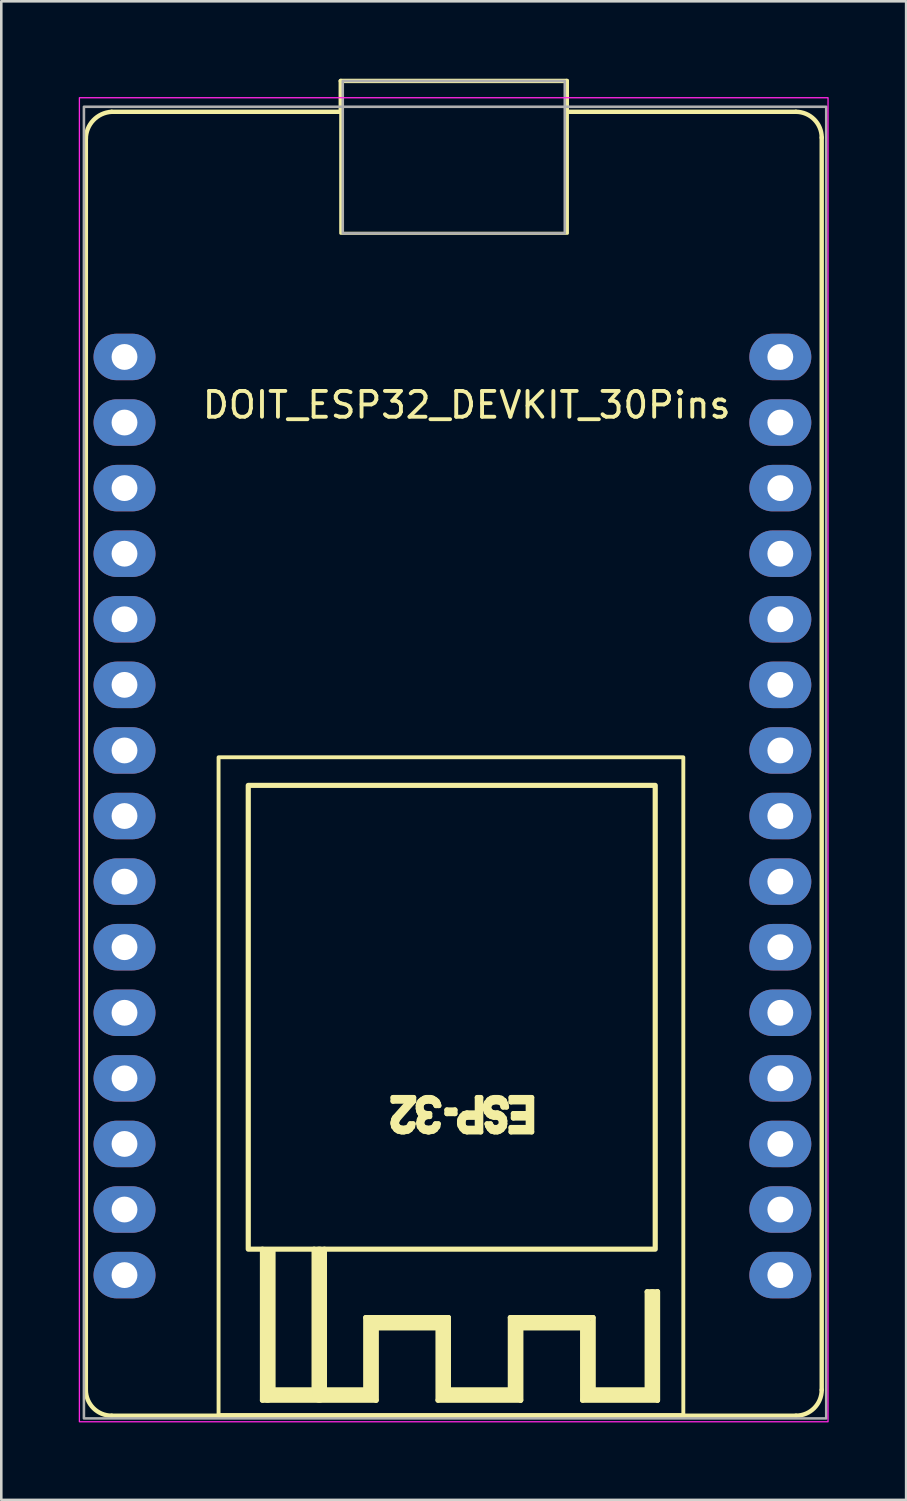
<source format=kicad_pcb>
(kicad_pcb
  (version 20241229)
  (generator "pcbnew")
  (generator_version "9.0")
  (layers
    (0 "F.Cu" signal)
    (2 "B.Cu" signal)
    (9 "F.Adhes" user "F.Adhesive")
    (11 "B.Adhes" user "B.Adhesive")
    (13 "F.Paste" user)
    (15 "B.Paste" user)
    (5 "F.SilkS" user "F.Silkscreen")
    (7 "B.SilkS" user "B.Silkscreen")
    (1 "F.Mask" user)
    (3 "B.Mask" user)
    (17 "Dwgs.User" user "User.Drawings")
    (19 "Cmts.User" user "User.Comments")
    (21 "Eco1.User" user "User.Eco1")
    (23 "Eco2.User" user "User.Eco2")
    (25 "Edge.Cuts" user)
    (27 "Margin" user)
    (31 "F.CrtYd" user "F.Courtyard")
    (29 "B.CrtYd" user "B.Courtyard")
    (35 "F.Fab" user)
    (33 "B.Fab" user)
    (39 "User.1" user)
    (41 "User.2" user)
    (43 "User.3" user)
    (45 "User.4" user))
  (footprint "DOIT_ESP32_DEVKIT_30Pins"
    (layer "F.Cu")
    (at 1.772 10.775)
    (property "Reference" "DOIT_ESP32_DEVKIT_30Pins" (at 13.253 1.86 0) (layer "F.SilkS") (effects (font (size 1 1) (thickness 0.15))))
    (attr through_hole)
    (fp_line (start -1.497 -8.495) (end -1.497 40.005) (stroke (width 0.17) (type solid)) (layer "F.SilkS"))
    (fp_line (start -0.497 -9.495) (end 8.376 -9.495) (stroke (width 0.17) (type solid)) (layer "F.SilkS"))
    (fp_line (start 5.343 40.405) (end 5.343 34.555) (stroke (width 0.2) (type solid)) (layer "F.SilkS"))
    (fp_line (start 5.543 34.705) (end 5.543 40.305) (stroke (width 0.4) (type solid)) (layer "F.SilkS"))
    (fp_line (start 5.543 40.205) (end 7.493 40.205) (stroke (width 0.4) (type solid)) (layer "F.SilkS"))
    (fp_line (start 5.743 40.005) (end 5.743 34.605) (stroke (width 0.2) (type solid)) (layer "F.SilkS"))
    (fp_line (start 5.743 40.005) (end 5.743 34.605) (stroke (width 0.2) (type solid)) (layer "F.SilkS"))
    (fp_line (start 7.343 34.555) (end 7.343 40.005) (stroke (width 0.2) (type solid)) (layer "F.SilkS"))
    (fp_line (start 7.343 40.005) (end 5.743 40.005) (stroke (width 0.2) (type solid)) (layer "F.SilkS"))
    (fp_line (start 7.493 40.205) (end 9.543 40.205) (stroke (width 0.4) (type solid)) (layer "F.SilkS"))
    (fp_line (start 7.543 40.255) (end 7.543 34.705) (stroke (width 0.5) (type solid)) (layer "F.SilkS"))
    (fp_line (start 7.743 34.555) (end 7.743 40.005) (stroke (width 0.2) (type solid)) (layer "F.SilkS"))
    (fp_line (start 7.743 40.005) (end 9.343 40.005) (stroke (width 0.2) (type solid)) (layer "F.SilkS"))
    (fp_line (start 8.376 -10.69) (end 8.376 -9.55) (stroke (width 0.17) (type solid)) (layer "F.SilkS"))
    (fp_line (start 9.343 37.205) (end 12.543 37.205) (stroke (width 0.2) (type solid)) (layer "F.SilkS"))
    (fp_line (start 9.343 40.005) (end 9.343 37.205) (stroke (width 0.2) (type solid)) (layer "F.SilkS"))
    (fp_line (start 9.543 37.405) (end 12.293 37.405) (stroke (width 0.4) (type solid)) (layer "F.SilkS"))
    (fp_line (start 9.543 40.205) (end 9.543 37.405) (stroke (width 0.4) (type solid)) (layer "F.SilkS"))
    (fp_line (start 9.743 37.605) (end 9.743 40.405) (stroke (width 0.2) (type solid)) (layer "F.SilkS"))
    (fp_line (start 9.743 37.605) (end 9.743 40.405) (stroke (width 0.2) (type solid)) (layer "F.SilkS"))
    (fp_line (start 9.743 40.405) (end 5.343 40.405) (stroke (width 0.2) (type solid)) (layer "F.SilkS"))
    (fp_line (start 10.401 28.683) (end 11.199 28.683) (stroke (width 0.2) (type solid)) (layer "F.SilkS"))
    (fp_line (start 10.401 28.824) (end 10.401 28.683) (stroke (width 0.2) (type solid)) (layer "F.SilkS"))
    (fp_line (start 10.401 29.645) (end 10.423 29.531) (stroke (width 0.2) (type solid)) (layer "F.SilkS"))
    (fp_line (start 10.401 29.701) (end 10.401 29.645) (stroke (width 0.2) (type solid)) (layer "F.SilkS"))
    (fp_line (start 10.423 29.531) (end 10.468 29.447) (stroke (width 0.2) (type solid)) (layer "F.SilkS"))
    (fp_line (start 10.423 29.814) (end 10.401 29.701) (stroke (width 0.2) (type solid)) (layer "F.SilkS"))
    (fp_line (start 10.468 29.447) (end 11.022 28.824) (stroke (width 0.2) (type solid)) (layer "F.SilkS"))
    (fp_line (start 10.512 29.928) (end 10.423 29.814) (stroke (width 0.2) (type solid)) (layer "F.SilkS"))
    (fp_line (start 10.534 29.645) (end 10.534 29.701) (stroke (width 0.2) (type solid)) (layer "F.SilkS"))
    (fp_line (start 10.534 29.701) (end 10.579 29.786) (stroke (width 0.2) (type solid)) (layer "F.SilkS"))
    (fp_line (start 10.579 29.531) (end 10.534 29.645) (stroke (width 0.2) (type solid)) (layer "F.SilkS"))
    (fp_line (start 10.579 29.786) (end 10.645 29.843) (stroke (width 0.2) (type solid)) (layer "F.SilkS"))
    (fp_line (start 10.601 29.984) (end 10.512 29.928) (stroke (width 0.2) (type solid)) (layer "F.SilkS"))
    (fp_line (start 10.645 29.843) (end 10.756 29.871) (stroke (width 0.2) (type solid)) (layer "F.SilkS"))
    (fp_line (start 10.734 30.013) (end 10.601 29.984) (stroke (width 0.2) (type solid)) (layer "F.SilkS"))
    (fp_line (start 10.756 29.871) (end 10.845 29.871) (stroke (width 0.2) (type solid)) (layer "F.SilkS"))
    (fp_line (start 10.822 30.013) (end 10.734 30.013) (stroke (width 0.2) (type solid)) (layer "F.SilkS"))
    (fp_line (start 10.845 29.871) (end 10.955 29.843) (stroke (width 0.2) (type solid)) (layer "F.SilkS"))
    (fp_line (start 10.955 29.843) (end 11.022 29.786) (stroke (width 0.2) (type solid)) (layer "F.SilkS"))
    (fp_line (start 10.978 29.984) (end 10.822 30.013) (stroke (width 0.2) (type solid)) (layer "F.SilkS"))
    (fp_line (start 11.022 28.824) (end 10.401 28.824) (stroke (width 0.2) (type solid)) (layer "F.SilkS"))
    (fp_line (start 11.022 29.786) (end 11.066 29.701) (stroke (width 0.2) (type solid)) (layer "F.SilkS"))
    (fp_line (start 11.066 29.701) (end 11.177 29.701) (stroke (width 0.2) (type solid)) (layer "F.SilkS"))
    (fp_line (start 11.066 29.928) (end 10.978 29.984) (stroke (width 0.2) (type solid)) (layer "F.SilkS"))
    (fp_line (start 11.155 29.814) (end 11.066 29.928) (stroke (width 0.2) (type solid)) (layer "F.SilkS"))
    (fp_line (start 11.177 29.701) (end 11.155 29.814) (stroke (width 0.2) (type solid)) (layer "F.SilkS"))
    (fp_line (start 11.199 28.683) (end 11.199 28.824) (stroke (width 0.2) (type solid)) (layer "F.SilkS"))
    (fp_line (start 11.199 28.824) (end 10.579 29.531) (stroke (width 0.2) (type solid)) (layer "F.SilkS"))
    (fp_line (start 11.377 28.994) (end 11.399 28.909) (stroke (width 0.2) (type solid)) (layer "F.SilkS"))
    (fp_line (start 11.377 29.107) (end 11.377 28.994) (stroke (width 0.2) (type solid)) (layer "F.SilkS"))
    (fp_line (start 11.399 28.909) (end 11.443 28.824) (stroke (width 0.2) (type solid)) (layer "F.SilkS"))
    (fp_line (start 11.399 29.22) (end 11.377 29.107) (stroke (width 0.2) (type solid)) (layer "F.SilkS"))
    (fp_line (start 11.399 29.645) (end 11.421 29.531) (stroke (width 0.2) (type solid)) (layer "F.SilkS"))
    (fp_line (start 11.399 29.701) (end 11.399 29.645) (stroke (width 0.2) (type solid)) (layer "F.SilkS"))
    (fp_line (start 11.421 29.531) (end 11.465 29.447) (stroke (width 0.2) (type solid)) (layer "F.SilkS"))
    (fp_line (start 11.421 29.814) (end 11.399 29.701) (stroke (width 0.2) (type solid)) (layer "F.SilkS"))
    (fp_line (start 11.443 28.824) (end 11.51 28.767) (stroke (width 0.2) (type solid)) (layer "F.SilkS"))
    (fp_line (start 11.443 29.305) (end 11.399 29.22) (stroke (width 0.2) (type solid)) (layer "F.SilkS"))
    (fp_line (start 11.465 29.447) (end 11.554 29.362) (stroke (width 0.2) (type solid)) (layer "F.SilkS"))
    (fp_line (start 11.487 28.994) (end 11.487 29.107) (stroke (width 0.2) (type solid)) (layer "F.SilkS"))
    (fp_line (start 11.487 29.107) (end 11.532 29.22) (stroke (width 0.2) (type solid)) (layer "F.SilkS"))
    (fp_line (start 11.51 28.767) (end 11.598 28.711) (stroke (width 0.2) (type solid)) (layer "F.SilkS"))
    (fp_line (start 11.51 28.937) (end 11.487 28.994) (stroke (width 0.2) (type solid)) (layer "F.SilkS"))
    (fp_line (start 11.51 29.645) (end 11.51 29.701) (stroke (width 0.2) (type solid)) (layer "F.SilkS"))
    (fp_line (start 11.51 29.701) (end 11.554 29.786) (stroke (width 0.2) (type solid)) (layer "F.SilkS"))
    (fp_line (start 11.51 29.928) (end 11.421 29.814) (stroke (width 0.2) (type solid)) (layer "F.SilkS"))
    (fp_line (start 11.532 29.22) (end 11.598 29.277) (stroke (width 0.2) (type solid)) (layer "F.SilkS"))
    (fp_line (start 11.554 28.881) (end 11.51 28.937) (stroke (width 0.2) (type solid)) (layer "F.SilkS"))
    (fp_line (start 11.554 29.362) (end 11.443 29.305) (stroke (width 0.2) (type solid)) (layer "F.SilkS"))
    (fp_line (start 11.554 29.531) (end 11.51 29.645) (stroke (width 0.2) (type solid)) (layer "F.SilkS"))
    (fp_line (start 11.554 29.786) (end 11.62 29.843) (stroke (width 0.2) (type solid)) (layer "F.SilkS"))
    (fp_line (start 11.598 28.711) (end 11.687 28.683) (stroke (width 0.2) (type solid)) (layer "F.SilkS"))
    (fp_line (start 11.598 28.852) (end 11.554 28.881) (stroke (width 0.2) (type solid)) (layer "F.SilkS"))
    (fp_line (start 11.598 29.277) (end 11.731 29.305) (stroke (width 0.2) (type solid)) (layer "F.SilkS"))
    (fp_line (start 11.598 29.475) (end 11.554 29.531) (stroke (width 0.2) (type solid)) (layer "F.SilkS"))
    (fp_line (start 11.598 29.984) (end 11.51 29.928) (stroke (width 0.2) (type solid)) (layer "F.SilkS"))
    (fp_line (start 11.62 29.843) (end 11.731 29.871) (stroke (width 0.2) (type solid)) (layer "F.SilkS"))
    (fp_line (start 11.687 28.683) (end 11.864 28.683) (stroke (width 0.2) (type solid)) (layer "F.SilkS"))
    (fp_line (start 11.709 28.824) (end 11.598 28.852) (stroke (width 0.2) (type solid)) (layer "F.SilkS"))
    (fp_line (start 11.731 29.305) (end 11.82 29.305) (stroke (width 0.2) (type solid)) (layer "F.SilkS"))
    (fp_line (start 11.731 29.418) (end 11.598 29.475) (stroke (width 0.2) (type solid)) (layer "F.SilkS"))
    (fp_line (start 11.731 29.871) (end 11.82 29.871) (stroke (width 0.2) (type solid)) (layer "F.SilkS"))
    (fp_line (start 11.753 30.013) (end 11.598 29.984) (stroke (width 0.2) (type solid)) (layer "F.SilkS"))
    (fp_line (start 11.798 30.013) (end 11.753 30.013) (stroke (width 0.2) (type solid)) (layer "F.SilkS"))
    (fp_line (start 11.82 29.305) (end 11.82 29.418) (stroke (width 0.2) (type solid)) (layer "F.SilkS"))
    (fp_line (start 11.82 29.418) (end 11.731 29.418) (stroke (width 0.2) (type solid)) (layer "F.SilkS"))
    (fp_line (start 11.82 29.871) (end 11.931 29.843) (stroke (width 0.2) (type solid)) (layer "F.SilkS"))
    (fp_line (start 11.842 28.824) (end 11.709 28.824) (stroke (width 0.2) (type solid)) (layer "F.SilkS"))
    (fp_line (start 11.864 28.683) (end 11.953 28.711) (stroke (width 0.2) (type solid)) (layer "F.SilkS"))
    (fp_line (start 11.931 29.843) (end 11.997 29.786) (stroke (width 0.2) (type solid)) (layer "F.SilkS"))
    (fp_line (start 11.953 28.711) (end 12.042 28.767) (stroke (width 0.2) (type solid)) (layer "F.SilkS"))
    (fp_line (start 11.953 28.852) (end 11.842 28.824) (stroke (width 0.2) (type solid)) (layer "F.SilkS"))
    (fp_line (start 11.953 29.984) (end 11.798 30.013) (stroke (width 0.2) (type solid)) (layer "F.SilkS"))
    (fp_line (start 11.997 28.881) (end 11.953 28.852) (stroke (width 0.2) (type solid)) (layer "F.SilkS"))
    (fp_line (start 11.997 29.786) (end 12.042 29.701) (stroke (width 0.2) (type solid)) (layer "F.SilkS"))
    (fp_line (start 12.042 28.767) (end 12.108 28.824) (stroke (width 0.2) (type solid)) (layer "F.SilkS"))
    (fp_line (start 12.042 28.937) (end 11.997 28.881) (stroke (width 0.2) (type solid)) (layer "F.SilkS"))
    (fp_line (start 12.042 29.701) (end 12.152 29.701) (stroke (width 0.2) (type solid)) (layer "F.SilkS"))
    (fp_line (start 12.042 29.928) (end 11.953 29.984) (stroke (width 0.2) (type solid)) (layer "F.SilkS"))
    (fp_line (start 12.064 28.994) (end 12.042 28.937) (stroke (width 0.2) (type solid)) (layer "F.SilkS"))
    (fp_line (start 12.108 28.824) (end 12.152 28.909) (stroke (width 0.2) (type solid)) (layer "F.SilkS"))
    (fp_line (start 12.13 29.814) (end 12.042 29.928) (stroke (width 0.2) (type solid)) (layer "F.SilkS"))
    (fp_line (start 12.143 37.605) (end 9.743 37.605) (stroke (width 0.2) (type solid)) (layer "F.SilkS"))
    (fp_line (start 12.143 40.405) (end 12.143 37.605) (stroke (width 0.2) (type solid)) (layer "F.SilkS"))
    (fp_line (start 12.152 28.909) (end 12.175 28.994) (stroke (width 0.2) (type solid)) (layer "F.SilkS"))
    (fp_line (start 12.152 29.701) (end 12.13 29.814) (stroke (width 0.2) (type solid)) (layer "F.SilkS"))
    (fp_line (start 12.175 28.994) (end 12.064 28.994) (stroke (width 0.2) (type solid)) (layer "F.SilkS"))
    (fp_line (start 12.293 37.405) (end 12.393 37.505) (stroke (width 0.12) (type solid)) (layer "F.SilkS"))
    (fp_line (start 12.393 37.505) (end 12.393 40.205) (stroke (width 0.4) (type solid)) (layer "F.SilkS"))
    (fp_line (start 12.393 40.205) (end 15.093 40.205) (stroke (width 0.4) (type solid)) (layer "F.SilkS"))
    (fp_line (start 12.488 29.164) (end 12.798 29.164) (stroke (width 0.2) (type solid)) (layer "F.SilkS"))
    (fp_line (start 12.488 29.305) (end 12.488 29.164) (stroke (width 0.2) (type solid)) (layer "F.SilkS"))
    (fp_line (start 12.543 37.205) (end 12.543 40.005) (stroke (width 0.2) (type solid)) (layer "F.SilkS"))
    (fp_line (start 12.543 37.205) (end 12.543 40.005) (stroke (width 0.2) (type solid)) (layer "F.SilkS"))
    (fp_line (start 12.543 40.005) (end 14.943 40.005) (stroke (width 0.2) (type solid)) (layer "F.SilkS"))
    (fp_line (start 12.798 29.164) (end 12.798 29.305) (stroke (width 0.2) (type solid)) (layer "F.SilkS"))
    (fp_line (start 12.798 29.305) (end 12.488 29.305) (stroke (width 0.2) (type solid)) (layer "F.SilkS"))
    (fp_line (start 12.977 29.588) (end 12.999 29.503) (stroke (width 0.2) (type solid)) (layer "F.SilkS"))
    (fp_line (start 12.977 29.701) (end 12.977 29.588) (stroke (width 0.2) (type solid)) (layer "F.SilkS"))
    (fp_line (start 12.999 29.503) (end 13.066 29.39) (stroke (width 0.2) (type solid)) (layer "F.SilkS"))
    (fp_line (start 12.999 29.786) (end 12.977 29.701) (stroke (width 0.2) (type solid)) (layer "F.SilkS"))
    (fp_line (start 13.066 29.39) (end 13.154 29.305) (stroke (width 0.2) (type solid)) (layer "F.SilkS"))
    (fp_line (start 13.066 29.899) (end 12.999 29.786) (stroke (width 0.2) (type solid)) (layer "F.SilkS"))
    (fp_line (start 13.11 29.616) (end 13.11 29.701) (stroke (width 0.2) (type solid)) (layer "F.SilkS"))
    (fp_line (start 13.11 29.701) (end 13.132 29.786) (stroke (width 0.2) (type solid)) (layer "F.SilkS"))
    (fp_line (start 13.132 29.531) (end 13.11 29.616) (stroke (width 0.2) (type solid)) (layer "F.SilkS"))
    (fp_line (start 13.132 29.786) (end 13.177 29.843) (stroke (width 0.2) (type solid)) (layer "F.SilkS"))
    (fp_line (start 13.154 29.305) (end 13.265 29.277) (stroke (width 0.2) (type solid)) (layer "F.SilkS"))
    (fp_line (start 13.154 29.984) (end 13.066 29.899) (stroke (width 0.2) (type solid)) (layer "F.SilkS"))
    (fp_line (start 13.177 29.475) (end 13.132 29.531) (stroke (width 0.2) (type solid)) (layer "F.SilkS"))
    (fp_line (start 13.177 29.843) (end 13.243 29.871) (stroke (width 0.2) (type solid)) (layer "F.SilkS"))
    (fp_line (start 13.243 29.447) (end 13.177 29.475) (stroke (width 0.2) (type solid)) (layer "F.SilkS"))
    (fp_line (start 13.243 29.871) (end 13.664 29.871) (stroke (width 0.2) (type solid)) (layer "F.SilkS"))
    (fp_line (start 13.265 29.277) (end 13.664 29.277) (stroke (width 0.2) (type solid)) (layer "F.SilkS"))
    (fp_line (start 13.265 30.013) (end 13.154 29.984) (stroke (width 0.2) (type solid)) (layer "F.SilkS"))
    (fp_line (start 13.664 28.683) (end 13.797 28.683) (stroke (width 0.2) (type solid)) (layer "F.SilkS"))
    (fp_line (start 13.664 29.277) (end 13.664 28.683) (stroke (width 0.2) (type solid)) (layer "F.SilkS"))
    (fp_line (start 13.664 29.447) (end 13.243 29.447) (stroke (width 0.2) (type solid)) (layer "F.SilkS"))
    (fp_line (start 13.664 29.871) (end 13.664 29.447) (stroke (width 0.2) (type solid)) (layer "F.SilkS"))
    (fp_line (start 13.797 28.683) (end 13.797 30.013) (stroke (width 0.2) (type solid)) (layer "F.SilkS"))
    (fp_line (start 13.797 30.013) (end 13.265 30.013) (stroke (width 0.2) (type solid)) (layer "F.SilkS"))
    (fp_line (start 13.975 28.994) (end 14.019 28.881) (stroke (width 0.2) (type solid)) (layer "F.SilkS"))
    (fp_line (start 13.975 29.135) (end 13.975 28.994) (stroke (width 0.2) (type solid)) (layer "F.SilkS"))
    (fp_line (start 14.019 28.881) (end 14.108 28.767) (stroke (width 0.2) (type solid)) (layer "F.SilkS"))
    (fp_line (start 14.019 29.249) (end 13.975 29.135) (stroke (width 0.2) (type solid)) (layer "F.SilkS"))
    (fp_line (start 14.041 29.701) (end 14.174 29.701) (stroke (width 0.2) (type solid)) (layer "F.SilkS"))
    (fp_line (start 14.063 29.786) (end 14.041 29.701) (stroke (width 0.2) (type solid)) (layer "F.SilkS"))
    (fp_line (start 14.108 28.767) (end 14.196 28.711) (stroke (width 0.2) (type solid)) (layer "F.SilkS"))
    (fp_line (start 14.108 29.022) (end 14.108 29.107) (stroke (width 0.2) (type solid)) (layer "F.SilkS"))
    (fp_line (start 14.108 29.107) (end 14.152 29.192) (stroke (width 0.2) (type solid)) (layer "F.SilkS"))
    (fp_line (start 14.108 29.362) (end 14.019 29.249) (stroke (width 0.2) (type solid)) (layer "F.SilkS"))
    (fp_line (start 14.13 29.899) (end 14.063 29.786) (stroke (width 0.2) (type solid)) (layer "F.SilkS"))
    (fp_line (start 14.152 28.937) (end 14.108 29.022) (stroke (width 0.2) (type solid)) (layer "F.SilkS"))
    (fp_line (start 14.152 29.192) (end 14.218 29.249) (stroke (width 0.2) (type solid)) (layer "F.SilkS"))
    (fp_line (start 14.174 29.701) (end 14.196 29.758) (stroke (width 0.2) (type solid)) (layer "F.SilkS"))
    (fp_line (start 14.196 28.711) (end 14.307 28.683) (stroke (width 0.2) (type solid)) (layer "F.SilkS"))
    (fp_line (start 14.196 29.418) (end 14.108 29.362) (stroke (width 0.2) (type solid)) (layer "F.SilkS"))
    (fp_line (start 14.196 29.758) (end 14.241 29.814) (stroke (width 0.2) (type solid)) (layer "F.SilkS"))
    (fp_line (start 14.218 28.881) (end 14.152 28.937) (stroke (width 0.2) (type solid)) (layer "F.SilkS"))
    (fp_line (start 14.218 29.249) (end 14.307 29.277) (stroke (width 0.2) (type solid)) (layer "F.SilkS"))
    (fp_line (start 14.218 29.984) (end 14.13 29.899) (stroke (width 0.2) (type solid)) (layer "F.SilkS"))
    (fp_line (start 14.241 29.814) (end 14.307 29.843) (stroke (width 0.2) (type solid)) (layer "F.SilkS"))
    (fp_line (start 14.307 28.683) (end 14.484 28.683) (stroke (width 0.2) (type solid)) (layer "F.SilkS"))
    (fp_line (start 14.307 28.852) (end 14.218 28.881) (stroke (width 0.2) (type solid)) (layer "F.SilkS"))
    (fp_line (start 14.307 29.277) (end 14.44 29.277) (stroke (width 0.2) (type solid)) (layer "F.SilkS"))
    (fp_line (start 14.307 29.447) (end 14.196 29.418) (stroke (width 0.2) (type solid)) (layer "F.SilkS"))
    (fp_line (start 14.307 29.843) (end 14.44 29.843) (stroke (width 0.2) (type solid)) (layer "F.SilkS"))
    (fp_line (start 14.329 30.013) (end 14.218 29.984) (stroke (width 0.2) (type solid)) (layer "F.SilkS"))
    (fp_line (start 14.44 29.277) (end 14.529 29.305) (stroke (width 0.2) (type solid)) (layer "F.SilkS"))
    (fp_line (start 14.44 29.447) (end 14.307 29.447) (stroke (width 0.2) (type solid)) (layer "F.SilkS"))
    (fp_line (start 14.44 29.843) (end 14.507 29.814) (stroke (width 0.2) (type solid)) (layer "F.SilkS"))
    (fp_line (start 14.44 30.013) (end 14.329 30.013) (stroke (width 0.2) (type solid)) (layer "F.SilkS"))
    (fp_line (start 14.484 28.683) (end 14.595 28.711) (stroke (width 0.2) (type solid)) (layer "F.SilkS"))
    (fp_line (start 14.484 28.852) (end 14.307 28.852) (stroke (width 0.2) (type solid)) (layer "F.SilkS"))
    (fp_line (start 14.507 29.475) (end 14.44 29.447) (stroke (width 0.2) (type solid)) (layer "F.SilkS"))
    (fp_line (start 14.507 29.814) (end 14.573 29.758) (stroke (width 0.2) (type solid)) (layer "F.SilkS"))
    (fp_line (start 14.529 29.305) (end 14.617 29.362) (stroke (width 0.2) (type solid)) (layer "F.SilkS"))
    (fp_line (start 14.529 29.984) (end 14.44 30.013) (stroke (width 0.2) (type solid)) (layer "F.SilkS"))
    (fp_line (start 14.573 28.881) (end 14.484 28.852) (stroke (width 0.2) (type solid)) (layer "F.SilkS"))
    (fp_line (start 14.573 29.531) (end 14.507 29.475) (stroke (width 0.2) (type solid)) (layer "F.SilkS"))
    (fp_line (start 14.573 29.758) (end 14.595 29.673) (stroke (width 0.2) (type solid)) (layer "F.SilkS"))
    (fp_line (start 14.595 28.711) (end 14.706 28.796) (stroke (width 0.2) (type solid)) (layer "F.SilkS"))
    (fp_line (start 14.595 29.616) (end 14.573 29.531) (stroke (width 0.2) (type solid)) (layer "F.SilkS"))
    (fp_line (start 14.595 29.673) (end 14.595 29.616) (stroke (width 0.2) (type solid)) (layer "F.SilkS"))
    (fp_line (start 14.617 29.362) (end 14.706 29.475) (stroke (width 0.2) (type solid)) (layer "F.SilkS"))
    (fp_line (start 14.617 29.928) (end 14.529 29.984) (stroke (width 0.2) (type solid)) (layer "F.SilkS"))
    (fp_line (start 14.64 28.966) (end 14.573 28.881) (stroke (width 0.2) (type solid)) (layer "F.SilkS"))
    (fp_line (start 14.662 29.05) (end 14.64 28.966) (stroke (width 0.2) (type solid)) (layer "F.SilkS"))
    (fp_line (start 14.706 28.796) (end 14.773 28.937) (stroke (width 0.2) (type solid)) (layer "F.SilkS"))
    (fp_line (start 14.706 29.475) (end 14.728 29.588) (stroke (width 0.2) (type solid)) (layer "F.SilkS"))
    (fp_line (start 14.706 29.814) (end 14.617 29.928) (stroke (width 0.2) (type solid)) (layer "F.SilkS"))
    (fp_line (start 14.728 29.588) (end 14.728 29.701) (stroke (width 0.2) (type solid)) (layer "F.SilkS"))
    (fp_line (start 14.728 29.701) (end 14.706 29.814) (stroke (width 0.2) (type solid)) (layer "F.SilkS"))
    (fp_line (start 14.773 28.937) (end 14.795 29.05) (stroke (width 0.2) (type solid)) (layer "F.SilkS"))
    (fp_line (start 14.795 29.05) (end 14.662 29.05) (stroke (width 0.2) (type solid)) (layer "F.SilkS"))
    (fp_line (start 14.943 37.205) (end 18.143 37.205) (stroke (width 0.2) (type solid)) (layer "F.SilkS"))
    (fp_line (start 14.943 40.005) (end 14.943 37.205) (stroke (width 0.2) (type solid)) (layer "F.SilkS"))
    (fp_line (start 14.972 28.683) (end 15.77 28.683) (stroke (width 0.2) (type solid)) (layer "F.SilkS"))
    (fp_line (start 14.972 28.852) (end 14.972 28.683) (stroke (width 0.2) (type solid)) (layer "F.SilkS"))
    (fp_line (start 14.972 29.843) (end 15.637 29.843) (stroke (width 0.2) (type solid)) (layer "F.SilkS"))
    (fp_line (start 14.972 30.013) (end 14.972 29.843) (stroke (width 0.2) (type solid)) (layer "F.SilkS"))
    (fp_line (start 15.061 29.305) (end 15.637 29.305) (stroke (width 0.2) (type solid)) (layer "F.SilkS"))
    (fp_line (start 15.061 29.475) (end 15.061 29.305) (stroke (width 0.2) (type solid)) (layer "F.SilkS"))
    (fp_line (start 15.093 37.455) (end 17.893 37.455) (stroke (width 0.4) (type solid)) (layer "F.SilkS"))
    (fp_line (start 15.093 40.205) (end 15.093 37.455) (stroke (width 0.4) (type solid)) (layer "F.SilkS"))
    (fp_line (start 15.343 37.605) (end 15.343 40.405) (stroke (width 0.2) (type solid)) (layer "F.SilkS"))
    (fp_line (start 15.343 37.605) (end 15.343 40.405) (stroke (width 0.2) (type solid)) (layer "F.SilkS"))
    (fp_line (start 15.343 40.405) (end 12.143 40.405) (stroke (width 0.2) (type solid)) (layer "F.SilkS"))
    (fp_line (start 15.637 28.852) (end 14.972 28.852) (stroke (width 0.2) (type solid)) (layer "F.SilkS"))
    (fp_line (start 15.637 29.305) (end 15.637 28.852) (stroke (width 0.2) (type solid)) (layer "F.SilkS"))
    (fp_line (start 15.637 29.475) (end 15.061 29.475) (stroke (width 0.2) (type solid)) (layer "F.SilkS"))
    (fp_line (start 15.637 29.843) (end 15.637 29.475) (stroke (width 0.2) (type solid)) (layer "F.SilkS"))
    (fp_line (start 15.77 28.683) (end 15.77 30.013) (stroke (width 0.2) (type solid)) (layer "F.SilkS"))
    (fp_line (start 15.77 30.013) (end 14.972 30.013) (stroke (width 0.2) (type solid)) (layer "F.SilkS"))
    (fp_line (start 17.13 -10.69) (end 8.376 -10.69) (stroke (width 0.17) (type solid)) (layer "F.SilkS"))
    (fp_line (start 17.13 -9.5) (end 17.13 -10.69) (stroke (width 0.17) (type solid)) (layer "F.SilkS"))
    (fp_line (start 17.743 37.605) (end 15.343 37.605) (stroke (width 0.2) (type solid)) (layer "F.SilkS"))
    (fp_line (start 17.743 40.405) (end 17.743 37.605) (stroke (width 0.2) (type solid)) (layer "F.SilkS"))
    (fp_line (start 17.893 37.455) (end 17.893 40.205) (stroke (width 0.4) (type solid)) (layer "F.SilkS"))
    (fp_line (start 17.893 40.205) (end 20.443 40.205) (stroke (width 0.4) (type solid)) (layer "F.SilkS"))
    (fp_line (start 18.143 37.205) (end 18.143 40.005) (stroke (width 0.2) (type solid)) (layer "F.SilkS"))
    (fp_line (start 18.143 37.205) (end 18.143 40.005) (stroke (width 0.2) (type solid)) (layer "F.SilkS"))
    (fp_line (start 18.143 40.005) (end 20.243 40.005) (stroke (width 0.2) (type solid)) (layer "F.SilkS"))
    (fp_line (start 20.243 36.205) (end 20.643 36.205) (stroke (width 0.2) (type solid)) (layer "F.SilkS"))
    (fp_line (start 20.243 40.005) (end 20.243 36.205) (stroke (width 0.2) (type solid)) (layer "F.SilkS"))
    (fp_line (start 20.443 40.205) (end 20.443 36.305) (stroke (width 0.4) (type solid)) (layer "F.SilkS"))
    (fp_line (start 20.643 36.205) (end 20.643 40.405) (stroke (width 0.2) (type solid)) (layer "F.SilkS"))
    (fp_line (start 20.643 36.205) (end 20.643 40.405) (stroke (width 0.2) (type solid)) (layer "F.SilkS"))
    (fp_line (start 20.643 40.405) (end 17.743 40.405) (stroke (width 0.2) (type solid)) (layer "F.SilkS"))
    (fp_line (start 21.643 41.005) (end 3.643 41.005) (stroke (width 0.2) (type solid)) (layer "F.SilkS"))
    (fp_line (start 26.003 -9.495) (end 17.153 -9.495) (stroke (width 0.17) (type solid)) (layer "F.SilkS"))
    (fp_line (start 26.003 41.005) (end -0.497 41.005) (stroke (width 0.17) (type solid)) (layer "F.SilkS"))
    (fp_line (start 27.003 -8.495) (end 27.003 40.005) (stroke (width 0.17) (type solid)) (layer "F.SilkS"))
    (fp_rect (start 4.793 16.593) (end 20.555 34.555) (stroke (width 0.2) (type solid)) (fill no) (layer "F.SilkS"))
    (fp_rect (start 8.376 -10.69) (end 17.153 -4.79) (stroke (width 0.12) (type solid)) (fill no) (layer "F.SilkS"))
    (fp_rect (start 21.643 15.505) (end 3.643 41.005) (stroke (width 0.15) (type solid)) (fill no) (layer "F.SilkS"))
    (fp_arc (start -1.49694 -8.44) (mid -1.207297 -9.166861) (end -0.496929 -9.494881) (stroke (width 0.17) (type solid)) (layer "F.SilkS"))
    (fp_arc (start -0.496929 41.005119) (mid -1.204125 40.712315) (end -1.496929 40.005119) (stroke (width 0.17) (type solid)) (layer "F.SilkS"))
    (fp_arc (start 26.003071 -9.494881) (mid 26.710259 -9.202075) (end 27.003071 -8.494881) (stroke (width 0.17) (type solid)) (layer "F.SilkS"))
    (fp_arc (start 27.003071 40.005119) (mid 26.710266 40.712314) (end 26.003071 41.005119) (stroke (width 0.17) (type solid)) (layer "F.SilkS"))
    (fp_rect (start -1.747 -10.04) (end 27.248 41.24) (stroke (width 0.05) (type solid)) (fill no) (layer "F.CrtYd"))
    (fp_rect (start -1.572 -9.69) (end 27.178 41.11) (stroke (width 0.1) (type solid)) (fill no) (layer "F.Fab"))
    (fp_rect (start 8.453 -10.69) (end 17.053 -4.79) (stroke (width 0.1) (type solid)) (fill no) (layer "F.Fab"))
    (pad "1" thru_hole oval (at 0 0 270) (size 1.8 2.4) (drill 1) (layers "*.Cu" "*.Mask"))
    (pad "2" thru_hole oval (at 0 2.54 270) (size 1.8 2.4) (drill 1) (layers "*.Cu" "*.Mask"))
    (pad "3" thru_hole oval (at 0 5.08 270) (size 1.8 2.4) (drill 1) (layers "*.Cu" "*.Mask"))
    (pad "4" thru_hole oval (at 0 7.62 270) (size 1.8 2.4) (drill 1) (layers "*.Cu" "*.Mask"))
    (pad "5" thru_hole oval (at 0 10.16 270) (size 1.8 2.4) (drill 1) (layers "*.Cu" "*.Mask"))
    (pad "6" thru_hole oval (at 0 12.7 270) (size 1.8 2.4) (drill 1) (layers "*.Cu" "*.Mask"))
    (pad "7" thru_hole oval (at 0 15.24 270) (size 1.8 2.4) (drill 1) (layers "*.Cu" "*.Mask"))
    (pad "8" thru_hole oval (at 0 17.78 270) (size 1.8 2.4) (drill 1) (layers "*.Cu" "*.Mask"))
    (pad "9" thru_hole oval (at 0 20.32 270) (size 1.8 2.4) (drill 1) (layers "*.Cu" "*.Mask"))
    (pad "10" thru_hole oval (at 0 22.86 270) (size 1.8 2.4) (drill 1) (layers "*.Cu" "*.Mask"))
    (pad "11" thru_hole oval (at 0 25.4 270) (size 1.8 2.4) (drill 1) (layers "*.Cu" "*.Mask"))
    (pad "12" thru_hole oval (at 0 27.94 270) (size 1.8 2.4) (drill 1) (layers "*.Cu" "*.Mask"))
    (pad "13" thru_hole oval (at 0 30.48 270) (size 1.8 2.4) (drill 1) (layers "*.Cu" "*.Mask"))
    (pad "14" thru_hole oval (at 0 33.02 270) (size 1.8 2.4) (drill 1) (layers "*.Cu" "*.Mask"))
    (pad "15" thru_hole oval (at 0 35.56 270) (size 1.8 2.4) (drill 1) (layers "*.Cu" "*.Mask"))
    (pad "16" thru_hole oval (at 25.4 35.56 270) (size 1.8 2.4) (drill 1) (layers "*.Cu" "*.Mask"))
    (pad "17" thru_hole oval (at 25.4 33.02 270) (size 1.8 2.4) (drill 1) (layers "*.Cu" "*.Mask"))
    (pad "18" thru_hole oval (at 25.4 30.48 270) (size 1.8 2.4) (drill 1) (layers "*.Cu" "*.Mask"))
    (pad "19" thru_hole oval (at 25.4 27.94 270) (size 1.8 2.4) (drill 1) (layers "*.Cu" "*.Mask"))
    (pad "20" thru_hole oval (at 25.4 25.4 270) (size 1.8 2.4) (drill 1) (layers "*.Cu" "*.Mask"))
    (pad "21" thru_hole oval (at 25.4 22.86 270) (size 1.8 2.4) (drill 1) (layers "*.Cu" "*.Mask"))
    (pad "22" thru_hole oval (at 25.4 20.32 270) (size 1.8 2.4) (drill 1) (layers "*.Cu" "*.Mask"))
    (pad "23" thru_hole oval (at 25.4 17.78 270) (size 1.8 2.4) (drill 1) (layers "*.Cu" "*.Mask"))
    (pad "24" thru_hole oval (at 25.4 15.24 270) (size 1.8 2.4) (drill 1) (layers "*.Cu" "*.Mask"))
    (pad "25" thru_hole oval (at 25.4 12.7 270) (size 1.8 2.4) (drill 1) (layers "*.Cu" "*.Mask"))
    (pad "26" thru_hole oval (at 25.4 10.16 270) (size 1.8 2.4) (drill 1) (layers "*.Cu" "*.Mask"))
    (pad "27" thru_hole oval (at 25.4 7.62 270) (size 1.8 2.4) (drill 1) (layers "*.Cu" "*.Mask"))
    (pad "28" thru_hole oval (at 25.4 5.08 270) (size 1.8 2.4) (drill 1) (layers "*.Cu" "*.Mask"))
    (pad "29" thru_hole oval (at 25.4 2.54 270) (size 1.8 2.4) (drill 1) (layers "*.Cu" "*.Mask"))
    (pad "30" thru_hole oval (at 25.4 0 270) (size 1.8 2.4) (drill 1) (layers "*.Cu" "*.Mask")))
  (gr_rect
    (start -3 -3)
    (end 32.045 55.04)
    (stroke (width 0.1) (type default))
    (fill no)
    (layer "Edge.Cuts")))
</source>
